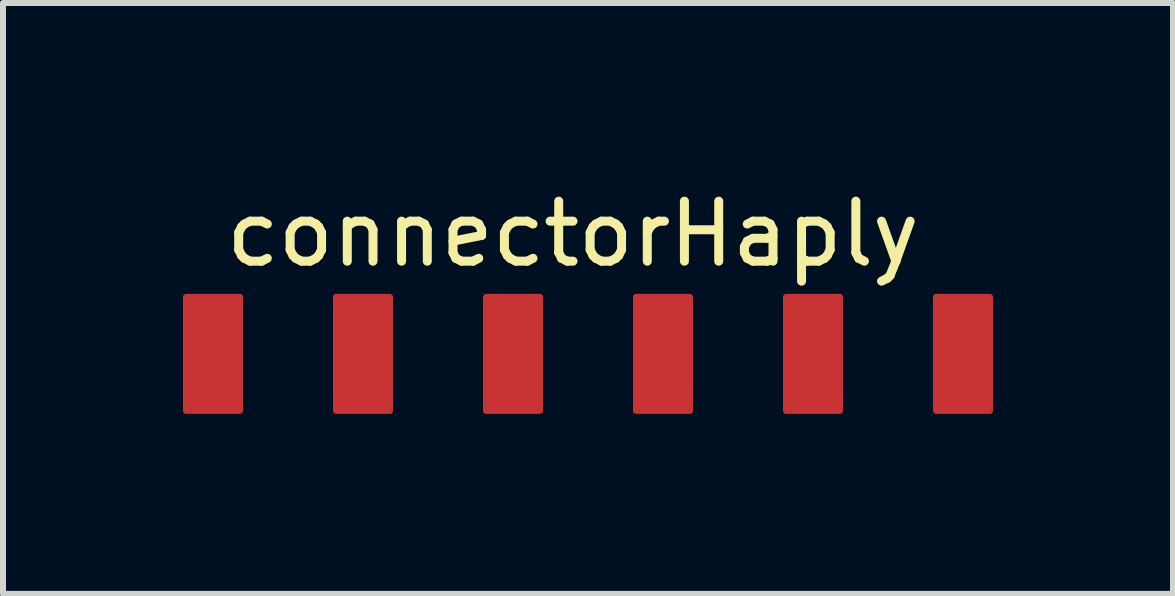
<source format=kicad_pcb>
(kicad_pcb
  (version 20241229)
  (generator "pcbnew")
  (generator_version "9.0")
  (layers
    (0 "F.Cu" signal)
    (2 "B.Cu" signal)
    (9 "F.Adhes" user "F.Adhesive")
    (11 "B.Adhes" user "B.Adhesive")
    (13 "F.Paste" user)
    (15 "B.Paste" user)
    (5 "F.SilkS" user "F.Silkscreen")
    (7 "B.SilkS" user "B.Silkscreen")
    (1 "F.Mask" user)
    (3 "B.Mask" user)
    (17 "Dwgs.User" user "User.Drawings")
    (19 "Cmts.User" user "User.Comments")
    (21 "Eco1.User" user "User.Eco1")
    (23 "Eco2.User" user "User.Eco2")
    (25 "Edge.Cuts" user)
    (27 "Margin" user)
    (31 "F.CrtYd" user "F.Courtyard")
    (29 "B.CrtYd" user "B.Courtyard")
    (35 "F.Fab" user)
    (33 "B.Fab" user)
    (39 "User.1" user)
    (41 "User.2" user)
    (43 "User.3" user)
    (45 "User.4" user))
  (footprint "connectorHaply"
    (layer "F.Cu")
    (at 6.75 2.848)
    (property "Reference" "connectorHaply" (at -0.25 -2 0) (unlocked yes) (layer "F.SilkS") (effects (font (size 1 1) (thickness 0.15))))
    (attr smd)
    (pad "1" smd roundrect (at -6.25 0) (size 1 2) (layers "F.Cu" "F.Mask" "F.Paste") (roundrect_rratio 0.05))
    (pad "2" smd roundrect (at -3.75 0) (size 1 2) (layers "F.Cu" "F.Mask" "F.Paste") (roundrect_rratio 0.05))
    (pad "3" smd roundrect (at -1.25 0) (size 1 2) (layers "F.Cu" "F.Mask" "F.Paste") (roundrect_rratio 0.05))
    (pad "4" smd roundrect (at 1.25 0) (size 1 2) (layers "F.Cu" "F.Mask" "F.Paste") (roundrect_rratio 0.05))
    (pad "5" smd roundrect (at 3.75 0) (size 1 2) (layers "F.Cu" "F.Mask" "F.Paste") (roundrect_rratio 0.05))
    (pad "6" smd roundrect (at 6.25 0) (size 1 2) (layers "F.Cu" "F.Mask" "F.Paste") (roundrect_rratio 0.05)))
  (gr_rect
    (start -3 -3)
    (end 16.5 6.848)
    (stroke (width 0.1) (type default))
    (fill no)
    (layer "Edge.Cuts")))
</source>
